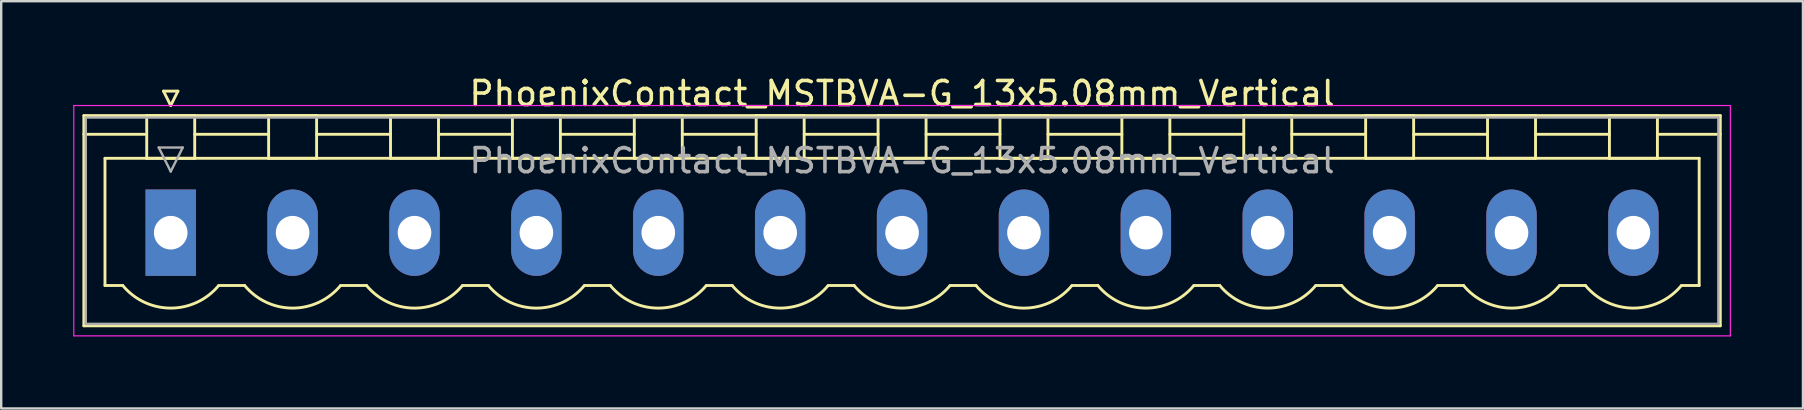
<source format=kicad_pcb>
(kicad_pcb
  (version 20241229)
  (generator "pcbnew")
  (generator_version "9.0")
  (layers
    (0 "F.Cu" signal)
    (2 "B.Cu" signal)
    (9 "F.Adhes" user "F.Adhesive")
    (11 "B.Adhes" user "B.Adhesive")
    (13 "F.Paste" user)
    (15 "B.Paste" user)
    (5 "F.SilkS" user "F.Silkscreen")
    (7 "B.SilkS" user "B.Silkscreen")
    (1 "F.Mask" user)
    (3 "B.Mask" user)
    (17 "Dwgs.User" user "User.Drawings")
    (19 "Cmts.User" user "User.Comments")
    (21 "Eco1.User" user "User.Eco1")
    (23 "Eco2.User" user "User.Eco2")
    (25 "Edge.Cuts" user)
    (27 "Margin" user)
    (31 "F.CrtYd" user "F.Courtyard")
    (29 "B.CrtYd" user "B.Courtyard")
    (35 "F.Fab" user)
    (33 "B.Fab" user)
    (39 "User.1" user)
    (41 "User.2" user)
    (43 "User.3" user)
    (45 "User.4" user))
  (footprint "PhoenixContact_MSTBVA-G_13x5.08mm_Vertical"
    (layer "F.Cu")
    (at 4.065 6.648)
    (property "Reference" "PhoenixContact_MSTBVA-G_13x5.08mm_Vertical" (at 30.48 -5.8 0) (layer "F.SilkS") (effects (font (size 1 1) (thickness 0.15))))
    (attr through_hole)
    (fp_line (start -3.62 -4.88) (end -3.62 3.88) (stroke (width 0.12) (type solid)) (layer "F.SilkS"))
    (fp_line (start -3.62 -4.1) (end -1.08 -4.1) (stroke (width 0.12) (type solid)) (layer "F.SilkS"))
    (fp_line (start -3.62 3.88) (end 64.58 3.88) (stroke (width 0.12) (type solid)) (layer "F.SilkS"))
    (fp_line (start -2.74 -3.1) (end 63.7 -3.1) (stroke (width 0.12) (type solid)) (layer "F.SilkS"))
    (fp_line (start -2.74 2.2) (end -2.74 -3.1) (stroke (width 0.12) (type solid)) (layer "F.SilkS"))
    (fp_line (start -2 2.2) (end -2.74 2.2) (stroke (width 0.12) (type solid)) (layer "F.SilkS"))
    (fp_line (start -1 -4.88) (end 1 -4.88) (stroke (width 0.12) (type solid)) (layer "F.SilkS"))
    (fp_line (start -1 -3.1) (end -1 -4.88) (stroke (width 0.12) (type solid)) (layer "F.SilkS"))
    (fp_line (start -0.3 -5.9) (end 0.3 -5.9) (stroke (width 0.12) (type solid)) (layer "F.SilkS"))
    (fp_line (start 0 -5.3) (end -0.3 -5.9) (stroke (width 0.12) (type solid)) (layer "F.SilkS"))
    (fp_line (start 0.3 -5.9) (end 0 -5.3) (stroke (width 0.12) (type solid)) (layer "F.SilkS"))
    (fp_line (start 1 -4.88) (end 1 -3.1) (stroke (width 0.12) (type solid)) (layer "F.SilkS"))
    (fp_line (start 1 -4.1) (end 4.08 -4.1) (stroke (width 0.12) (type solid)) (layer "F.SilkS"))
    (fp_line (start 1 -3.1) (end -1 -3.1) (stroke (width 0.12) (type solid)) (layer "F.SilkS"))
    (fp_line (start 2 2.2) (end 3.08 2.2) (stroke (width 0.12) (type solid)) (layer "F.SilkS"))
    (fp_line (start 4.08 -4.88) (end 6.08 -4.88) (stroke (width 0.12) (type solid)) (layer "F.SilkS"))
    (fp_line (start 4.08 -3.1) (end 4.08 -4.88) (stroke (width 0.12) (type solid)) (layer "F.SilkS"))
    (fp_line (start 6.08 -4.88) (end 6.08 -3.1) (stroke (width 0.12) (type solid)) (layer "F.SilkS"))
    (fp_line (start 6.08 -4.1) (end 9.16 -4.1) (stroke (width 0.12) (type solid)) (layer "F.SilkS"))
    (fp_line (start 6.08 -3.1) (end 4.08 -3.1) (stroke (width 0.12) (type solid)) (layer "F.SilkS"))
    (fp_line (start 7.08 2.2) (end 8.16 2.2) (stroke (width 0.12) (type solid)) (layer "F.SilkS"))
    (fp_line (start 9.16 -4.88) (end 11.16 -4.88) (stroke (width 0.12) (type solid)) (layer "F.SilkS"))
    (fp_line (start 9.16 -3.1) (end 9.16 -4.88) (stroke (width 0.12) (type solid)) (layer "F.SilkS"))
    (fp_line (start 11.16 -4.88) (end 11.16 -3.1) (stroke (width 0.12) (type solid)) (layer "F.SilkS"))
    (fp_line (start 11.16 -4.1) (end 14.24 -4.1) (stroke (width 0.12) (type solid)) (layer "F.SilkS"))
    (fp_line (start 11.16 -3.1) (end 9.16 -3.1) (stroke (width 0.12) (type solid)) (layer "F.SilkS"))
    (fp_line (start 12.16 2.2) (end 13.24 2.2) (stroke (width 0.12) (type solid)) (layer "F.SilkS"))
    (fp_line (start 14.24 -4.88) (end 16.24 -4.88) (stroke (width 0.12) (type solid)) (layer "F.SilkS"))
    (fp_line (start 14.24 -3.1) (end 14.24 -4.88) (stroke (width 0.12) (type solid)) (layer "F.SilkS"))
    (fp_line (start 16.24 -4.88) (end 16.24 -3.1) (stroke (width 0.12) (type solid)) (layer "F.SilkS"))
    (fp_line (start 16.24 -4.1) (end 19.32 -4.1) (stroke (width 0.12) (type solid)) (layer "F.SilkS"))
    (fp_line (start 16.24 -3.1) (end 14.24 -3.1) (stroke (width 0.12) (type solid)) (layer "F.SilkS"))
    (fp_line (start 17.24 2.2) (end 18.32 2.2) (stroke (width 0.12) (type solid)) (layer "F.SilkS"))
    (fp_line (start 19.32 -4.88) (end 21.32 -4.88) (stroke (width 0.12) (type solid)) (layer "F.SilkS"))
    (fp_line (start 19.32 -3.1) (end 19.32 -4.88) (stroke (width 0.12) (type solid)) (layer "F.SilkS"))
    (fp_line (start 21.32 -4.88) (end 21.32 -3.1) (stroke (width 0.12) (type solid)) (layer "F.SilkS"))
    (fp_line (start 21.32 -4.1) (end 24.4 -4.1) (stroke (width 0.12) (type solid)) (layer "F.SilkS"))
    (fp_line (start 21.32 -3.1) (end 19.32 -3.1) (stroke (width 0.12) (type solid)) (layer "F.SilkS"))
    (fp_line (start 22.32 2.2) (end 23.4 2.2) (stroke (width 0.12) (type solid)) (layer "F.SilkS"))
    (fp_line (start 24.4 -4.88) (end 26.4 -4.88) (stroke (width 0.12) (type solid)) (layer "F.SilkS"))
    (fp_line (start 24.4 -3.1) (end 24.4 -4.88) (stroke (width 0.12) (type solid)) (layer "F.SilkS"))
    (fp_line (start 26.4 -4.88) (end 26.4 -3.1) (stroke (width 0.12) (type solid)) (layer "F.SilkS"))
    (fp_line (start 26.4 -4.1) (end 29.48 -4.1) (stroke (width 0.12) (type solid)) (layer "F.SilkS"))
    (fp_line (start 26.4 -3.1) (end 24.4 -3.1) (stroke (width 0.12) (type solid)) (layer "F.SilkS"))
    (fp_line (start 27.4 2.2) (end 28.48 2.2) (stroke (width 0.12) (type solid)) (layer "F.SilkS"))
    (fp_line (start 29.48 -4.88) (end 31.48 -4.88) (stroke (width 0.12) (type solid)) (layer "F.SilkS"))
    (fp_line (start 29.48 -3.1) (end 29.48 -4.88) (stroke (width 0.12) (type solid)) (layer "F.SilkS"))
    (fp_line (start 31.48 -4.88) (end 31.48 -3.1) (stroke (width 0.12) (type solid)) (layer "F.SilkS"))
    (fp_line (start 31.48 -4.1) (end 34.56 -4.1) (stroke (width 0.12) (type solid)) (layer "F.SilkS"))
    (fp_line (start 31.48 -3.1) (end 29.48 -3.1) (stroke (width 0.12) (type solid)) (layer "F.SilkS"))
    (fp_line (start 32.48 2.2) (end 33.56 2.2) (stroke (width 0.12) (type solid)) (layer "F.SilkS"))
    (fp_line (start 34.56 -4.88) (end 36.56 -4.88) (stroke (width 0.12) (type solid)) (layer "F.SilkS"))
    (fp_line (start 34.56 -3.1) (end 34.56 -4.88) (stroke (width 0.12) (type solid)) (layer "F.SilkS"))
    (fp_line (start 36.56 -4.88) (end 36.56 -3.1) (stroke (width 0.12) (type solid)) (layer "F.SilkS"))
    (fp_line (start 36.56 -4.1) (end 39.64 -4.1) (stroke (width 0.12) (type solid)) (layer "F.SilkS"))
    (fp_line (start 36.56 -3.1) (end 34.56 -3.1) (stroke (width 0.12) (type solid)) (layer "F.SilkS"))
    (fp_line (start 37.56 2.2) (end 38.64 2.2) (stroke (width 0.12) (type solid)) (layer "F.SilkS"))
    (fp_line (start 39.64 -4.88) (end 41.64 -4.88) (stroke (width 0.12) (type solid)) (layer "F.SilkS"))
    (fp_line (start 39.64 -3.1) (end 39.64 -4.88) (stroke (width 0.12) (type solid)) (layer "F.SilkS"))
    (fp_line (start 41.64 -4.88) (end 41.64 -3.1) (stroke (width 0.12) (type solid)) (layer "F.SilkS"))
    (fp_line (start 41.64 -4.1) (end 44.72 -4.1) (stroke (width 0.12) (type solid)) (layer "F.SilkS"))
    (fp_line (start 41.64 -3.1) (end 39.64 -3.1) (stroke (width 0.12) (type solid)) (layer "F.SilkS"))
    (fp_line (start 42.64 2.2) (end 43.72 2.2) (stroke (width 0.12) (type solid)) (layer "F.SilkS"))
    (fp_line (start 44.72 -4.88) (end 46.72 -4.88) (stroke (width 0.12) (type solid)) (layer "F.SilkS"))
    (fp_line (start 44.72 -3.1) (end 44.72 -4.88) (stroke (width 0.12) (type solid)) (layer "F.SilkS"))
    (fp_line (start 46.72 -4.88) (end 46.72 -3.1) (stroke (width 0.12) (type solid)) (layer "F.SilkS"))
    (fp_line (start 46.72 -4.1) (end 49.8 -4.1) (stroke (width 0.12) (type solid)) (layer "F.SilkS"))
    (fp_line (start 46.72 -3.1) (end 44.72 -3.1) (stroke (width 0.12) (type solid)) (layer "F.SilkS"))
    (fp_line (start 47.72 2.2) (end 48.8 2.2) (stroke (width 0.12) (type solid)) (layer "F.SilkS"))
    (fp_line (start 49.8 -4.88) (end 51.8 -4.88) (stroke (width 0.12) (type solid)) (layer "F.SilkS"))
    (fp_line (start 49.8 -3.1) (end 49.8 -4.88) (stroke (width 0.12) (type solid)) (layer "F.SilkS"))
    (fp_line (start 51.8 -4.88) (end 51.8 -3.1) (stroke (width 0.12) (type solid)) (layer "F.SilkS"))
    (fp_line (start 51.8 -4.1) (end 54.88 -4.1) (stroke (width 0.12) (type solid)) (layer "F.SilkS"))
    (fp_line (start 51.8 -3.1) (end 49.8 -3.1) (stroke (width 0.12) (type solid)) (layer "F.SilkS"))
    (fp_line (start 52.8 2.2) (end 53.88 2.2) (stroke (width 0.12) (type solid)) (layer "F.SilkS"))
    (fp_line (start 54.88 -4.88) (end 56.88 -4.88) (stroke (width 0.12) (type solid)) (layer "F.SilkS"))
    (fp_line (start 54.88 -3.1) (end 54.88 -4.88) (stroke (width 0.12) (type solid)) (layer "F.SilkS"))
    (fp_line (start 56.88 -4.88) (end 56.88 -3.1) (stroke (width 0.12) (type solid)) (layer "F.SilkS"))
    (fp_line (start 56.88 -4.1) (end 59.96 -4.1) (stroke (width 0.12) (type solid)) (layer "F.SilkS"))
    (fp_line (start 56.88 -3.1) (end 54.88 -3.1) (stroke (width 0.12) (type solid)) (layer "F.SilkS"))
    (fp_line (start 57.88 2.2) (end 58.96 2.2) (stroke (width 0.12) (type solid)) (layer "F.SilkS"))
    (fp_line (start 59.96 -4.88) (end 61.96 -4.88) (stroke (width 0.12) (type solid)) (layer "F.SilkS"))
    (fp_line (start 59.96 -3.1) (end 59.96 -4.88) (stroke (width 0.12) (type solid)) (layer "F.SilkS"))
    (fp_line (start 61.96 -4.88) (end 61.96 -3.1) (stroke (width 0.12) (type solid)) (layer "F.SilkS"))
    (fp_line (start 61.96 -3.1) (end 59.96 -3.1) (stroke (width 0.12) (type solid)) (layer "F.SilkS"))
    (fp_line (start 63.7 -3.1) (end 63.7 2.2) (stroke (width 0.12) (type solid)) (layer "F.SilkS"))
    (fp_line (start 63.7 2.2) (end 62.96 2.2) (stroke (width 0.12) (type solid)) (layer "F.SilkS"))
    (fp_line (start 64.58 -4.88) (end -3.62 -4.88) (stroke (width 0.12) (type solid)) (layer "F.SilkS"))
    (fp_line (start 64.58 -4.1) (end 62.04 -4.1) (stroke (width 0.12) (type solid)) (layer "F.SilkS"))
    (fp_line (start 64.58 3.88) (end 64.58 -4.88) (stroke (width 0.12) (type solid)) (layer "F.SilkS"))
    (fp_arc (start 1.986842 2.215821) (mid -0.010289 3.142758) (end -2 2.2) (stroke (width 0.12) (type solid)) (layer "F.SilkS"))
    (fp_arc (start 7.066842 2.215821) (mid 5.069711 3.142758) (end 3.08 2.2) (stroke (width 0.12) (type solid)) (layer "F.SilkS"))
    (fp_arc (start 12.146842 2.215821) (mid 10.149711 3.142758) (end 8.16 2.2) (stroke (width 0.12) (type solid)) (layer "F.SilkS"))
    (fp_arc (start 17.226842 2.215821) (mid 15.229711 3.142758) (end 13.24 2.2) (stroke (width 0.12) (type solid)) (layer "F.SilkS"))
    (fp_arc (start 22.306842 2.215821) (mid 20.309711 3.142758) (end 18.32 2.2) (stroke (width 0.12) (type solid)) (layer "F.SilkS"))
    (fp_arc (start 27.386842 2.215821) (mid 25.389711 3.142758) (end 23.4 2.2) (stroke (width 0.12) (type solid)) (layer "F.SilkS"))
    (fp_arc (start 32.466842 2.215821) (mid 30.469711 3.142758) (end 28.48 2.2) (stroke (width 0.12) (type solid)) (layer "F.SilkS"))
    (fp_arc (start 37.546842 2.215821) (mid 35.549711 3.142758) (end 33.56 2.2) (stroke (width 0.12) (type solid)) (layer "F.SilkS"))
    (fp_arc (start 42.626842 2.215821) (mid 40.629711 3.142758) (end 38.64 2.2) (stroke (width 0.12) (type solid)) (layer "F.SilkS"))
    (fp_arc (start 47.706842 2.215821) (mid 45.709711 3.142758) (end 43.72 2.2) (stroke (width 0.12) (type solid)) (layer "F.SilkS"))
    (fp_arc (start 52.786842 2.215821) (mid 50.789711 3.142758) (end 48.8 2.2) (stroke (width 0.12) (type solid)) (layer "F.SilkS"))
    (fp_arc (start 57.866842 2.215821) (mid 55.869711 3.142758) (end 53.88 2.2) (stroke (width 0.12) (type solid)) (layer "F.SilkS"))
    (fp_arc (start 62.946842 2.215821) (mid 60.949711 3.142758) (end 58.96 2.2) (stroke (width 0.12) (type solid)) (layer "F.SilkS"))
    (fp_line (start -4.04 -5.3) (end -4.04 4.3) (stroke (width 0.05) (type solid)) (layer "F.CrtYd"))
    (fp_line (start -4.04 4.3) (end 65 4.3) (stroke (width 0.05) (type solid)) (layer "F.CrtYd"))
    (fp_line (start 65 -5.3) (end -4.04 -5.3) (stroke (width 0.05) (type solid)) (layer "F.CrtYd"))
    (fp_line (start 65 4.3) (end 65 -5.3) (stroke (width 0.05) (type solid)) (layer "F.CrtYd"))
    (fp_line (start -3.54 -4.8) (end -3.54 3.8) (stroke (width 0.1) (type solid)) (layer "F.Fab"))
    (fp_line (start -3.54 3.8) (end 64.5 3.8) (stroke (width 0.1) (type solid)) (layer "F.Fab"))
    (fp_line (start -0.5 -3.55) (end 0.5 -3.55) (stroke (width 0.1) (type solid)) (layer "F.Fab"))
    (fp_line (start 0 -2.55) (end -0.5 -3.55) (stroke (width 0.1) (type solid)) (layer "F.Fab"))
    (fp_line (start 0.5 -3.55) (end 0 -2.55) (stroke (width 0.1) (type solid)) (layer "F.Fab"))
    (fp_line (start 64.5 -4.8) (end -3.54 -4.8) (stroke (width 0.1) (type solid)) (layer "F.Fab"))
    (fp_line (start 64.5 3.8) (end 64.5 -4.8) (stroke (width 0.1) (type solid)) (layer "F.Fab"))
    (fp_text user "${REFERENCE}" (at 30.48 -3 0) (layer "F.Fab") (effects (font (size 1 1) (thickness 0.15))))
    (pad "1" thru_hole rect (at 0 0) (size 2.1 3.6) (drill 1.4) (layers "*.Cu" "*.Mask"))
    (pad "2" thru_hole oval (at 5.08 0) (size 2.1 3.6) (drill 1.4) (layers "*.Cu" "*.Mask"))
    (pad "3" thru_hole oval (at 10.16 0) (size 2.1 3.6) (drill 1.4) (layers "*.Cu" "*.Mask"))
    (pad "4" thru_hole oval (at 15.24 0) (size 2.1 3.6) (drill 1.4) (layers "*.Cu" "*.Mask"))
    (pad "5" thru_hole oval (at 20.32 0) (size 2.1 3.6) (drill 1.4) (layers "*.Cu" "*.Mask"))
    (pad "6" thru_hole oval (at 25.4 0) (size 2.1 3.6) (drill 1.4) (layers "*.Cu" "*.Mask"))
    (pad "7" thru_hole oval (at 30.48 0) (size 2.1 3.6) (drill 1.4) (layers "*.Cu" "*.Mask"))
    (pad "8" thru_hole oval (at 35.56 0) (size 2.1 3.6) (drill 1.4) (layers "*.Cu" "*.Mask"))
    (pad "9" thru_hole oval (at 40.64 0) (size 2.1 3.6) (drill 1.4) (layers "*.Cu" "*.Mask"))
    (pad "10" thru_hole oval (at 45.72 0) (size 2.1 3.6) (drill 1.4) (layers "*.Cu" "*.Mask"))
    (pad "11" thru_hole oval (at 50.8 0) (size 2.1 3.6) (drill 1.4) (layers "*.Cu" "*.Mask"))
    (pad "12" thru_hole oval (at 55.88 0) (size 2.1 3.6) (drill 1.4) (layers "*.Cu" "*.Mask"))
    (pad "13" thru_hole oval (at 60.96 0) (size 2.1 3.6) (drill 1.4) (layers "*.Cu" "*.Mask")))
  (gr_rect
    (start -3 -3)
    (end 72.09 13.973)
    (stroke (width 0.1) (type default))
    (fill no)
    (layer "Edge.Cuts")))
</source>
